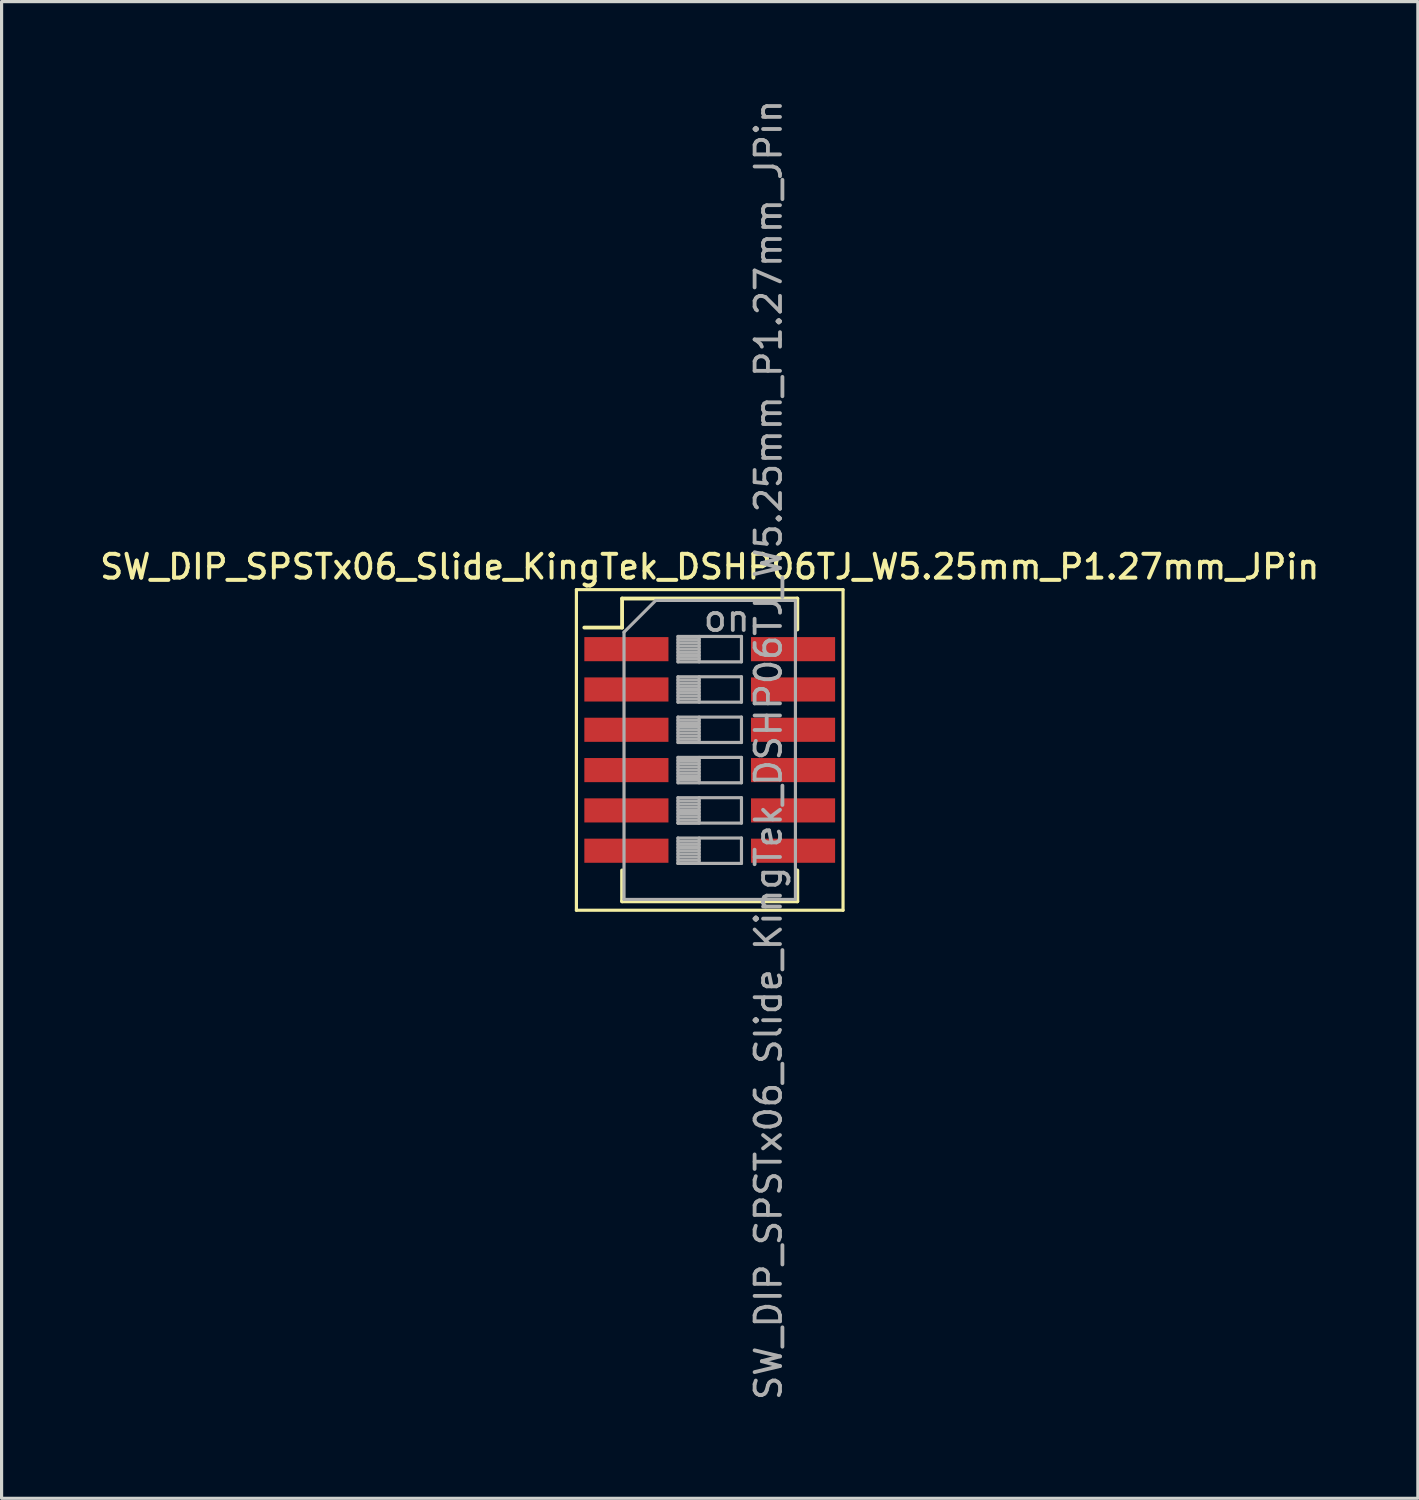
<source format=kicad_pcb>
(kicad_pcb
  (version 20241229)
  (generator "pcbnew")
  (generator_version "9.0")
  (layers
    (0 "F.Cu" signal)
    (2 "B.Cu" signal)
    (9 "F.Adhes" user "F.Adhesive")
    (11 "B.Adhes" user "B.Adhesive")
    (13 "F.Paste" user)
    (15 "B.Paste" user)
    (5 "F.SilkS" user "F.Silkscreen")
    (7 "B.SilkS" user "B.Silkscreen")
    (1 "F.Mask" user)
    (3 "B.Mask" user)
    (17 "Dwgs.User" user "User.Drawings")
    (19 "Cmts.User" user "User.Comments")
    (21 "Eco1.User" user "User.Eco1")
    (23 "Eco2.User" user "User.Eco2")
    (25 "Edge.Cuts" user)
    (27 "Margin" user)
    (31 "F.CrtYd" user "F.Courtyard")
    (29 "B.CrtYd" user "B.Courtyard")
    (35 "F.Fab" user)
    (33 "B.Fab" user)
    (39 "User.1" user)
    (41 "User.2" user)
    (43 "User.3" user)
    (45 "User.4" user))
  (footprint "SW_DIP_SPSTx06_Slide_KingTek_DSHP06TJ_W5.25mm_P1.27mm_JPin"
    (layer "F.Cu")
    (at 19.309 20.576)
    (property "Reference" "SW_DIP_SPSTx06_Slide_KingTek_DSHP06TJ_W5.25mm_P1.27mm_JPin" (at 0 -5.77 0) (layer "F.SilkS") (effects (font (size 0.75 0.75) (thickness 0.125))))
    (attr smd)
    (fp_line (start -4.2 -5.05) (end -4.2 5.05) (stroke (width 0.1) (type solid)) (layer "F.SilkS"))
    (fp_line (start -4.2 5.05) (end 4.2 5.05) (stroke (width 0.1) (type solid)) (layer "F.SilkS"))
    (fp_line (start -3.951 -3.855) (end -2.761 -3.855) (stroke (width 0.12) (type solid)) (layer "F.SilkS"))
    (fp_line (start -2.761 -4.77) (end -2.761 -3.855) (stroke (width 0.12) (type solid)) (layer "F.SilkS"))
    (fp_line (start -2.761 -4.77) (end 2.76 -4.77) (stroke (width 0.12) (type solid)) (layer "F.SilkS"))
    (fp_line (start -2.761 3.795) (end -2.761 4.77) (stroke (width 0.12) (type solid)) (layer "F.SilkS"))
    (fp_line (start -2.761 4.77) (end 2.76 4.77) (stroke (width 0.12) (type solid)) (layer "F.SilkS"))
    (fp_line (start 2.76 -4.77) (end 2.76 -3.795) (stroke (width 0.12) (type solid)) (layer "F.SilkS"))
    (fp_line (start 2.76 3.795) (end 2.76 4.77) (stroke (width 0.12) (type solid)) (layer "F.SilkS"))
    (fp_line (start 4.2 -5.05) (end -4.2 -5.05) (stroke (width 0.1) (type solid)) (layer "F.SilkS"))
    (fp_line (start 4.2 5.05) (end 4.2 -5.05) (stroke (width 0.1) (type solid)) (layer "F.SilkS"))
    (fp_line (start -2.7 -3.71) (end -1.7 -4.71) (stroke (width 0.1) (type solid)) (layer "F.Fab"))
    (fp_line (start -2.7 4.71) (end -2.7 -3.71) (stroke (width 0.1) (type solid)) (layer "F.Fab"))
    (fp_line (start -1.7 -4.71) (end 2.7 -4.71) (stroke (width 0.1) (type solid)) (layer "F.Fab"))
    (fp_line (start -1 -3.575) (end -1 -2.775) (stroke (width 0.1) (type solid)) (layer "F.Fab"))
    (fp_line (start -1 -3.475) (end -0.333 -3.475) (stroke (width 0.1) (type solid)) (layer "F.Fab"))
    (fp_line (start -1 -3.375) (end -0.333 -3.375) (stroke (width 0.1) (type solid)) (layer "F.Fab"))
    (fp_line (start -1 -3.275) (end -0.333 -3.275) (stroke (width 0.1) (type solid)) (layer "F.Fab"))
    (fp_line (start -1 -3.175) (end -0.333 -3.175) (stroke (width 0.1) (type solid)) (layer "F.Fab"))
    (fp_line (start -1 -3.075) (end -0.333 -3.075) (stroke (width 0.1) (type solid)) (layer "F.Fab"))
    (fp_line (start -1 -2.975) (end -0.333 -2.975) (stroke (width 0.1) (type solid)) (layer "F.Fab"))
    (fp_line (start -1 -2.875) (end -0.333 -2.875) (stroke (width 0.1) (type solid)) (layer "F.Fab"))
    (fp_line (start -1 -2.775) (end 1 -2.775) (stroke (width 0.1) (type solid)) (layer "F.Fab"))
    (fp_line (start -1 -2.305) (end -1 -1.505) (stroke (width 0.1) (type solid)) (layer "F.Fab"))
    (fp_line (start -1 -2.205) (end -0.333 -2.205) (stroke (width 0.1) (type solid)) (layer "F.Fab"))
    (fp_line (start -1 -2.105) (end -0.333 -2.105) (stroke (width 0.1) (type solid)) (layer "F.Fab"))
    (fp_line (start -1 -2.005) (end -0.333 -2.005) (stroke (width 0.1) (type solid)) (layer "F.Fab"))
    (fp_line (start -1 -1.905) (end -0.333 -1.905) (stroke (width 0.1) (type solid)) (layer "F.Fab"))
    (fp_line (start -1 -1.805) (end -0.333 -1.805) (stroke (width 0.1) (type solid)) (layer "F.Fab"))
    (fp_line (start -1 -1.705) (end -0.333 -1.705) (stroke (width 0.1) (type solid)) (layer "F.Fab"))
    (fp_line (start -1 -1.605) (end -0.333 -1.605) (stroke (width 0.1) (type solid)) (layer "F.Fab"))
    (fp_line (start -1 -1.505) (end 1 -1.505) (stroke (width 0.1) (type solid)) (layer "F.Fab"))
    (fp_line (start -1 -1.035) (end -1 -0.235) (stroke (width 0.1) (type solid)) (layer "F.Fab"))
    (fp_line (start -1 -0.935) (end -0.333 -0.935) (stroke (width 0.1) (type solid)) (layer "F.Fab"))
    (fp_line (start -1 -0.835) (end -0.333 -0.835) (stroke (width 0.1) (type solid)) (layer "F.Fab"))
    (fp_line (start -1 -0.735) (end -0.333 -0.735) (stroke (width 0.1) (type solid)) (layer "F.Fab"))
    (fp_line (start -1 -0.635) (end -0.333 -0.635) (stroke (width 0.1) (type solid)) (layer "F.Fab"))
    (fp_line (start -1 -0.535) (end -0.333 -0.535) (stroke (width 0.1) (type solid)) (layer "F.Fab"))
    (fp_line (start -1 -0.435) (end -0.333 -0.435) (stroke (width 0.1) (type solid)) (layer "F.Fab"))
    (fp_line (start -1 -0.335) (end -0.333 -0.335) (stroke (width 0.1) (type solid)) (layer "F.Fab"))
    (fp_line (start -1 -0.235) (end 1 -0.235) (stroke (width 0.1) (type solid)) (layer "F.Fab"))
    (fp_line (start -1 0.235) (end -1 1.035) (stroke (width 0.1) (type solid)) (layer "F.Fab"))
    (fp_line (start -1 0.335) (end -0.333 0.335) (stroke (width 0.1) (type solid)) (layer "F.Fab"))
    (fp_line (start -1 0.435) (end -0.333 0.435) (stroke (width 0.1) (type solid)) (layer "F.Fab"))
    (fp_line (start -1 0.535) (end -0.333 0.535) (stroke (width 0.1) (type solid)) (layer "F.Fab"))
    (fp_line (start -1 0.635) (end -0.333 0.635) (stroke (width 0.1) (type solid)) (layer "F.Fab"))
    (fp_line (start -1 0.735) (end -0.333 0.735) (stroke (width 0.1) (type solid)) (layer "F.Fab"))
    (fp_line (start -1 0.835) (end -0.333 0.835) (stroke (width 0.1) (type solid)) (layer "F.Fab"))
    (fp_line (start -1 0.935) (end -0.333 0.935) (stroke (width 0.1) (type solid)) (layer "F.Fab"))
    (fp_line (start -1 1.035) (end 1 1.035) (stroke (width 0.1) (type solid)) (layer "F.Fab"))
    (fp_line (start -1 1.505) (end -1 2.305) (stroke (width 0.1) (type solid)) (layer "F.Fab"))
    (fp_line (start -1 1.605) (end -0.333 1.605) (stroke (width 0.1) (type solid)) (layer "F.Fab"))
    (fp_line (start -1 1.705) (end -0.333 1.705) (stroke (width 0.1) (type solid)) (layer "F.Fab"))
    (fp_line (start -1 1.805) (end -0.333 1.805) (stroke (width 0.1) (type solid)) (layer "F.Fab"))
    (fp_line (start -1 1.905) (end -0.333 1.905) (stroke (width 0.1) (type solid)) (layer "F.Fab"))
    (fp_line (start -1 2.005) (end -0.333 2.005) (stroke (width 0.1) (type solid)) (layer "F.Fab"))
    (fp_line (start -1 2.105) (end -0.333 2.105) (stroke (width 0.1) (type solid)) (layer "F.Fab"))
    (fp_line (start -1 2.205) (end -0.333 2.205) (stroke (width 0.1) (type solid)) (layer "F.Fab"))
    (fp_line (start -1 2.305) (end -0.333 2.305) (stroke (width 0.1) (type solid)) (layer "F.Fab"))
    (fp_line (start -1 2.305) (end 1 2.305) (stroke (width 0.1) (type solid)) (layer "F.Fab"))
    (fp_line (start -1 2.775) (end -1 3.575) (stroke (width 0.1) (type solid)) (layer "F.Fab"))
    (fp_line (start -1 2.875) (end -0.333 2.875) (stroke (width 0.1) (type solid)) (layer "F.Fab"))
    (fp_line (start -1 2.975) (end -0.333 2.975) (stroke (width 0.1) (type solid)) (layer "F.Fab"))
    (fp_line (start -1 3.075) (end -0.333 3.075) (stroke (width 0.1) (type solid)) (layer "F.Fab"))
    (fp_line (start -1 3.175) (end -0.333 3.175) (stroke (width 0.1) (type solid)) (layer "F.Fab"))
    (fp_line (start -1 3.275) (end -0.333 3.275) (stroke (width 0.1) (type solid)) (layer "F.Fab"))
    (fp_line (start -1 3.375) (end -0.333 3.375) (stroke (width 0.1) (type solid)) (layer "F.Fab"))
    (fp_line (start -1 3.475) (end -0.333 3.475) (stroke (width 0.1) (type solid)) (layer "F.Fab"))
    (fp_line (start -1 3.575) (end -0.333 3.575) (stroke (width 0.1) (type solid)) (layer "F.Fab"))
    (fp_line (start -1 3.575) (end 1 3.575) (stroke (width 0.1) (type solid)) (layer "F.Fab"))
    (fp_line (start -0.333 -3.575) (end -0.333 -2.775) (stroke (width 0.1) (type solid)) (layer "F.Fab"))
    (fp_line (start -0.333 -2.305) (end -0.333 -1.505) (stroke (width 0.1) (type solid)) (layer "F.Fab"))
    (fp_line (start -0.333 -1.035) (end -0.333 -0.235) (stroke (width 0.1) (type solid)) (layer "F.Fab"))
    (fp_line (start -0.333 0.235) (end -0.333 1.035) (stroke (width 0.1) (type solid)) (layer "F.Fab"))
    (fp_line (start -0.333 1.505) (end -0.333 2.305) (stroke (width 0.1) (type solid)) (layer "F.Fab"))
    (fp_line (start -0.333 2.775) (end -0.333 3.575) (stroke (width 0.1) (type solid)) (layer "F.Fab"))
    (fp_line (start 1 -3.575) (end -1 -3.575) (stroke (width 0.1) (type solid)) (layer "F.Fab"))
    (fp_line (start 1 -2.775) (end 1 -3.575) (stroke (width 0.1) (type solid)) (layer "F.Fab"))
    (fp_line (start 1 -2.305) (end -1 -2.305) (stroke (width 0.1) (type solid)) (layer "F.Fab"))
    (fp_line (start 1 -1.505) (end 1 -2.305) (stroke (width 0.1) (type solid)) (layer "F.Fab"))
    (fp_line (start 1 -1.035) (end -1 -1.035) (stroke (width 0.1) (type solid)) (layer "F.Fab"))
    (fp_line (start 1 -0.235) (end 1 -1.035) (stroke (width 0.1) (type solid)) (layer "F.Fab"))
    (fp_line (start 1 0.235) (end -1 0.235) (stroke (width 0.1) (type solid)) (layer "F.Fab"))
    (fp_line (start 1 1.035) (end 1 0.235) (stroke (width 0.1) (type solid)) (layer "F.Fab"))
    (fp_line (start 1 1.505) (end -1 1.505) (stroke (width 0.1) (type solid)) (layer "F.Fab"))
    (fp_line (start 1 2.305) (end 1 1.505) (stroke (width 0.1) (type solid)) (layer "F.Fab"))
    (fp_line (start 1 2.775) (end -1 2.775) (stroke (width 0.1) (type solid)) (layer "F.Fab"))
    (fp_line (start 1 3.575) (end 1 2.775) (stroke (width 0.1) (type solid)) (layer "F.Fab"))
    (fp_line (start 2.7 -4.71) (end 2.7 4.71) (stroke (width 0.1) (type solid)) (layer "F.Fab"))
    (fp_line (start 2.7 4.71) (end -2.7 4.71) (stroke (width 0.1) (type solid)) (layer "F.Fab"))
    (fp_text user "on" (at 0.537 -4.143 0) (layer "F.Fab") (effects (font (size 0.8 0.8) (thickness 0.12))))
    (fp_text user "${REFERENCE}" (at 1.85 0 90) (layer "F.Fab") (effects (font (size 0.8 0.8) (thickness 0.12))))
    (pad "1" smd rect (at -2.625 -3.175) (size 2.65 0.76) (layers "F.Cu" "F.Mask" "F.Paste"))
    (pad "2" smd rect (at -2.625 -1.905) (size 2.65 0.76) (layers "F.Cu" "F.Mask" "F.Paste"))
    (pad "3" smd rect (at -2.625 -0.635) (size 2.65 0.76) (layers "F.Cu" "F.Mask" "F.Paste"))
    (pad "4" smd rect (at -2.625 0.635) (size 2.65 0.76) (layers "F.Cu" "F.Mask" "F.Paste"))
    (pad "5" smd rect (at -2.625 1.905) (size 2.65 0.76) (layers "F.Cu" "F.Mask" "F.Paste"))
    (pad "6" smd rect (at -2.625 3.175) (size 2.65 0.76) (layers "F.Cu" "F.Mask" "F.Paste"))
    (pad "7" smd rect (at 2.625 3.175) (size 2.65 0.76) (layers "F.Cu" "F.Mask" "F.Paste"))
    (pad "8" smd rect (at 2.625 1.905) (size 2.65 0.76) (layers "F.Cu" "F.Mask" "F.Paste"))
    (pad "9" smd rect (at 2.625 0.635) (size 2.65 0.76) (layers "F.Cu" "F.Mask" "F.Paste"))
    (pad "10" smd rect (at 2.625 -0.635) (size 2.65 0.76) (layers "F.Cu" "F.Mask" "F.Paste"))
    (pad "11" smd rect (at 2.625 -1.905) (size 2.65 0.76) (layers "F.Cu" "F.Mask" "F.Paste"))
    (pad "12" smd rect (at 2.625 -3.175) (size 2.65 0.76) (layers "F.Cu" "F.Mask" "F.Paste")))
  (gr_rect
    (start -3 -3)
    (end 41.618 44.152)
    (stroke (width 0.1) (type default))
    (fill no)
    (layer "Edge.Cuts")))
</source>
